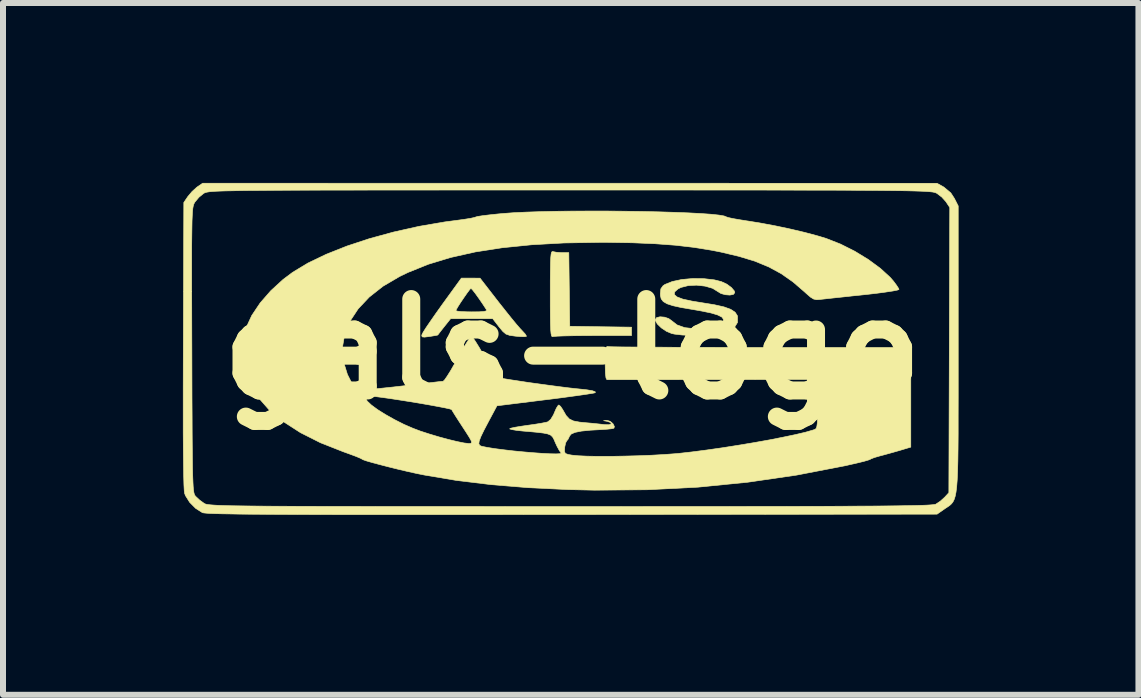
<source format=kicad_pcb>
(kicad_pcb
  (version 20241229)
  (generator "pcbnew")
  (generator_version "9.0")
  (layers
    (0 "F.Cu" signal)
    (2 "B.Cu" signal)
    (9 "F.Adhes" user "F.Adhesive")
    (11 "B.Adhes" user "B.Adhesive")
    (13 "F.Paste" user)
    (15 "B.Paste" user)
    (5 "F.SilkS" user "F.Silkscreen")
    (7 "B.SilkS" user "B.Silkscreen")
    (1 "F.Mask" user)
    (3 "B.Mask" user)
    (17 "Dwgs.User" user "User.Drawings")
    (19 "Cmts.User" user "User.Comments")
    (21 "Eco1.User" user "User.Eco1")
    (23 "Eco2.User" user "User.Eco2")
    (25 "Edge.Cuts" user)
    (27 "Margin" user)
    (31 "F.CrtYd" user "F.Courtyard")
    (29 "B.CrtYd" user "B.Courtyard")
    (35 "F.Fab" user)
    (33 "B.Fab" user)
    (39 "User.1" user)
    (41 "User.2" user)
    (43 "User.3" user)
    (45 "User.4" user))
  (footprint "gals-logo"
    (layer "F.Cu")
    (at 6.492 2.771)
    (property "Reference" "gals-logo" (at 0 0 0) (layer "F.SilkS") (effects (font (size 1.524 1.524) (thickness 0.3))))
    (attr through_hole)
    (fp_poly (pts (xy -0.322 -1.626) (xy -0.266 -1.615) (xy -0.183 -1.609) (xy -0.168 -1.609) (xy -0.058 -1.609) (xy -0.042 -0.381) (xy 0.473 -0.373) (xy 0.988 -0.366) (xy 0.988 -0.226) (xy 0.355 -0.226) (xy 0.17 -0.225) (xy 0.002 -0.223) (xy -0.14 -0.22) (xy -0.247 -0.216) (xy -0.31 -0.211) (xy -0.322 -0.209) (xy -0.336 -0.208) (xy -0.346 -0.222) (xy -0.354 -0.258) (xy -0.36 -0.32) (xy -0.364 -0.415) (xy -0.366 -0.55) (xy -0.367 -0.73) (xy -0.367 -0.917) (xy -0.367 -1.139) (xy -0.365 -1.311) (xy -0.363 -1.438) (xy -0.359 -1.527) (xy -0.353 -1.585) (xy -0.345 -1.616) (xy -0.334 -1.627) (xy -0.322 -1.626)) (stroke (width 0.01) (type solid)) (fill yes) (layer "F.SilkS"))
    (fp_poly (pts (xy -1.693 -1.184) (xy -1.538 -1.183) (xy -1.228 -0.783) (xy -1.121 -0.648) (xy -1.021 -0.523) (xy -0.934 -0.417) (xy -0.867 -0.34) (xy -0.834 -0.305) (xy -0.786 -0.253) (xy -0.765 -0.218) (xy -0.766 -0.212) (xy -0.8 -0.207) (xy -0.872 -0.209) (xy -0.948 -0.216) (xy -1.043 -0.229) (xy -1.106 -0.251) (xy -1.158 -0.295) (xy -1.221 -0.371) (xy -1.327 -0.508) (xy -2.028 -0.508) (xy -2.135 -0.374) (xy -2.191 -0.303) (xy -2.23 -0.252) (xy -2.243 -0.235) (xy -2.268 -0.229) (xy -2.333 -0.218) (xy -2.382 -0.21) (xy -2.464 -0.2) (xy -2.502 -0.204) (xy -2.51 -0.224) (xy -2.506 -0.243) (xy -2.486 -0.282) (xy -2.438 -0.358) (xy -2.366 -0.463) (xy -2.278 -0.59) (xy -2.24 -0.643) (xy -1.943 -0.643) (xy -1.921 -0.634) (xy -1.854 -0.626) (xy -1.754 -0.622) (xy -1.68 -0.621) (xy -1.552 -0.622) (xy -1.472 -0.628) (xy -1.434 -0.638) (xy -1.43 -0.655) (xy -1.431 -0.657) (xy -1.495 -0.755) (xy -1.561 -0.851) (xy -1.621 -0.934) (xy -1.667 -0.992) (xy -1.69 -1.014) (xy -1.69 -1.014) (xy -1.711 -0.992) (xy -1.753 -0.936) (xy -1.806 -0.86) (xy -1.861 -0.779) (xy -1.908 -0.705) (xy -1.938 -0.652) (xy -1.943 -0.643) (xy -2.24 -0.643) (xy -2.178 -0.73) (xy -2.171 -0.74) (xy -1.849 -1.184) (xy -1.693 -1.184)) (stroke (width 0.01) (type solid)) (fill yes) (layer "F.SilkS"))
    (fp_poly (pts (xy 2.193 -1.175) (xy 2.367 -1.155) (xy 2.484 -1.126) (xy 2.577 -1.083) (xy 2.654 -1.026) (xy 2.702 -0.969) (xy 2.709 -0.941) (xy 2.686 -0.912) (xy 2.627 -0.901) (xy 2.552 -0.907) (xy 2.479 -0.927) (xy 2.429 -0.958) (xy 2.339 -1.014) (xy 2.215 -1.05) (xy 2.073 -1.066) (xy 1.933 -1.059) (xy 1.811 -1.028) (xy 1.762 -1.003) (xy 1.707 -0.954) (xy 1.701 -0.91) (xy 1.747 -0.87) (xy 1.845 -0.833) (xy 1.998 -0.8) (xy 2.159 -0.774) (xy 2.369 -0.74) (xy 2.529 -0.704) (xy 2.642 -0.663) (xy 2.715 -0.615) (xy 2.752 -0.558) (xy 2.755 -0.547) (xy 2.755 -0.445) (xy 2.703 -0.36) (xy 2.598 -0.294) (xy 2.553 -0.276) (xy 2.455 -0.254) (xy 2.316 -0.239) (xy 2.156 -0.23) (xy 1.989 -0.229) (xy 1.834 -0.235) (xy 1.706 -0.25) (xy 1.658 -0.26) (xy 1.57 -0.297) (xy 1.485 -0.354) (xy 1.418 -0.419) (xy 1.384 -0.479) (xy 1.383 -0.491) (xy 1.406 -0.525) (xy 1.463 -0.539) (xy 1.537 -0.533) (xy 1.608 -0.509) (xy 1.654 -0.476) (xy 1.748 -0.403) (xy 1.876 -0.358) (xy 2.047 -0.339) (xy 2.097 -0.339) (xy 2.283 -0.349) (xy 2.416 -0.38) (xy 2.497 -0.431) (xy 2.513 -0.454) (xy 2.521 -0.497) (xy 2.493 -0.535) (xy 2.425 -0.569) (xy 2.312 -0.603) (xy 2.15 -0.636) (xy 2.008 -0.661) (xy 1.818 -0.693) (xy 1.678 -0.724) (xy 1.58 -0.756) (xy 1.517 -0.793) (xy 1.482 -0.839) (xy 1.469 -0.896) (xy 1.468 -0.926) (xy 1.477 -1.006) (xy 1.513 -1.056) (xy 1.545 -1.078) (xy 1.667 -1.127) (xy 1.826 -1.161) (xy 2.007 -1.177) (xy 2.193 -1.175)) (stroke (width 0.01) (type solid)) (fill yes) (layer "F.SilkS"))
    (fp_poly (pts (xy 6.082 -2.765) (xy 6.195 -2.702) (xy 6.311 -2.605) (xy 6.371 -2.513) (xy 6.435 -2.387) (xy 6.435 -0.023) (xy 6.435 0.412) (xy 6.435 0.795) (xy 6.434 1.128) (xy 6.434 1.415) (xy 6.432 1.661) (xy 6.429 1.868) (xy 6.424 2.04) (xy 6.418 2.182) (xy 6.409 2.296) (xy 6.398 2.386) (xy 6.384 2.455) (xy 6.367 2.508) (xy 6.347 2.548) (xy 6.323 2.579) (xy 6.296 2.604) (xy 6.264 2.627) (xy 6.227 2.651) (xy 6.212 2.661) (xy 6.082 2.752) (xy 0 2.758) (xy -0.709 2.758) (xy -1.363 2.759) (xy -1.964 2.759) (xy -2.516 2.759) (xy -3.019 2.759) (xy -3.476 2.759) (xy -3.889 2.759) (xy -4.259 2.758) (xy -4.59 2.757) (xy -4.882 2.756) (xy -5.139 2.754) (xy -5.361 2.753) (xy -5.551 2.751) (xy -5.712 2.748) (xy -5.845 2.746) (xy -5.952 2.743) (xy -6.035 2.74) (xy -6.097 2.736) (xy -6.138 2.732) (xy -6.163 2.728) (xy -6.168 2.726) (xy -6.28 2.655) (xy -6.38 2.554) (xy -6.45 2.442) (xy -6.464 2.404) (xy -6.47 2.358) (xy -6.475 2.265) (xy -6.479 2.123) (xy -6.482 1.931) (xy -6.485 1.689) (xy -6.487 1.395) (xy -6.487 1.048) (xy -6.487 0.648) (xy -6.486 0.192) (xy -6.485 -0.073) (xy -6.481 -1.255) (xy -6.346 -1.255) (xy -6.346 -0.963) (xy -6.345 -0.624) (xy -6.344 -0.234) (xy -6.343 0.018) (xy -6.342 0.439) (xy -6.341 0.807) (xy -6.339 1.126) (xy -6.338 1.4) (xy -6.336 1.632) (xy -6.334 1.825) (xy -6.332 1.984) (xy -6.329 2.112) (xy -6.325 2.213) (xy -6.321 2.29) (xy -6.316 2.347) (xy -6.31 2.388) (xy -6.303 2.416) (xy -6.295 2.436) (xy -6.285 2.449) (xy -6.279 2.456) (xy -6.214 2.517) (xy -6.138 2.572) (xy -6.127 2.578) (xy -6.113 2.584) (xy -6.092 2.589) (xy -6.064 2.593) (xy -6.025 2.597) (xy -5.973 2.601) (xy -5.907 2.605) (xy -5.823 2.608) (xy -5.72 2.611) (xy -5.596 2.613) (xy -5.447 2.615) (xy -5.273 2.617) (xy -5.07 2.619) (xy -4.836 2.62) (xy -4.569 2.621) (xy -4.267 2.622) (xy -3.928 2.623) (xy -3.549 2.623) (xy -3.128 2.624) (xy -2.663 2.624) (xy -2.151 2.624) (xy -1.59 2.624) (xy -0.979 2.625) (xy -0.314 2.625) (xy -0.034 2.625) (xy 0.665 2.625) (xy 1.309 2.624) (xy 1.901 2.624) (xy 2.443 2.624) (xy 2.937 2.623) (xy 3.385 2.623) (xy 3.789 2.622) (xy 4.152 2.621) (xy 4.476 2.62) (xy 4.762 2.618) (xy 5.013 2.617) (xy 5.232 2.615) (xy 5.419 2.613) (xy 5.577 2.61) (xy 5.709 2.608) (xy 5.817 2.605) (xy 5.902 2.602) (xy 5.967 2.598) (xy 6.013 2.594) (xy 6.044 2.59) (xy 6.061 2.586) (xy 6.062 2.585) (xy 6.136 2.536) (xy 6.208 2.471) (xy 6.209 2.47) (xy 6.279 2.394) (xy 6.294 -2.361) (xy 6.23 -2.458) (xy 6.161 -2.535) (xy 6.078 -2.598) (xy 6.067 -2.603) (xy 6.054 -2.609) (xy 6.035 -2.614) (xy 6.01 -2.619) (xy 5.975 -2.623) (xy 5.928 -2.627) (xy 5.867 -2.631) (xy 5.789 -2.634) (xy 5.693 -2.637) (xy 5.577 -2.64) (xy 5.437 -2.642) (xy 5.272 -2.644) (xy 5.079 -2.646) (xy 4.857 -2.647) (xy 4.602 -2.649) (xy 4.314 -2.65) (xy 3.988 -2.65) (xy 3.624 -2.651) (xy 3.218 -2.652) (xy 2.769 -2.652) (xy 2.274 -2.652) (xy 1.732 -2.653) (xy 1.139 -2.653) (xy 0.494 -2.653) (xy -0.042 -2.653) (xy -0.728 -2.653) (xy -1.359 -2.653) (xy -1.939 -2.653) (xy -2.469 -2.652) (xy -2.952 -2.652) (xy -3.389 -2.652) (xy -3.784 -2.651) (xy -4.138 -2.651) (xy -4.453 -2.65) (xy -4.733 -2.649) (xy -4.979 -2.648) (xy -5.193 -2.646) (xy -5.379 -2.645) (xy -5.537 -2.643) (xy -5.67 -2.64) (xy -5.781 -2.638) (xy -5.872 -2.635) (xy -5.945 -2.632) (xy -6.003 -2.628) (xy -6.047 -2.624) (xy -6.08 -2.619) (xy -6.104 -2.614) (xy -6.121 -2.609) (xy -6.134 -2.603) (xy -6.146 -2.597) (xy -6.146 -2.597) (xy -6.225 -2.532) (xy -6.292 -2.452) (xy -6.294 -2.449) (xy -6.304 -2.431) (xy -6.313 -2.411) (xy -6.32 -2.385) (xy -6.327 -2.348) (xy -6.332 -2.298) (xy -6.336 -2.231) (xy -6.34 -2.143) (xy -6.342 -2.029) (xy -6.344 -1.888) (xy -6.346 -1.714) (xy -6.346 -1.504) (xy -6.346 -1.255) (xy -6.481 -1.255) (xy -6.477 -2.445) (xy -6.409 -2.545) (xy -6.341 -2.626) (xy -6.264 -2.696) (xy -6.252 -2.705) (xy -6.163 -2.766) (xy 6.082 -2.765)) (stroke (width 0.01) (type solid)) (fill yes) (layer "F.SilkS"))
    (fp_poly (pts (xy 0.58 -2.302) (xy 0.873 -2.299) (xy 1.16 -2.295) (xy 1.435 -2.289) (xy 1.694 -2.281) (xy 1.929 -2.272) (xy 2.137 -2.261) (xy 2.31 -2.249) (xy 2.443 -2.235) (xy 2.532 -2.22) (xy 2.568 -2.205) (xy 2.6 -2.194) (xy 2.677 -2.177) (xy 2.786 -2.158) (xy 2.918 -2.137) (xy 2.921 -2.137) (xy 3.148 -2.1) (xy 3.393 -2.054) (xy 3.642 -2.001) (xy 3.879 -1.945) (xy 4.088 -1.889) (xy 4.231 -1.846) (xy 4.471 -1.752) (xy 4.71 -1.632) (xy 4.936 -1.494) (xy 5.136 -1.347) (xy 5.299 -1.198) (xy 5.355 -1.134) (xy 5.407 -1.064) (xy 5.441 -1.011) (xy 5.447 -0.994) (xy 5.42 -0.984) (xy 5.345 -0.969) (xy 5.231 -0.952) (xy 5.084 -0.932) (xy 4.914 -0.912) (xy 4.847 -0.905) (xy 4.662 -0.886) (xy 4.488 -0.867) (xy 4.338 -0.851) (xy 4.22 -0.838) (xy 4.145 -0.83) (xy 4.135 -0.828) (xy 4.073 -0.824) (xy 4.023 -0.835) (xy 3.97 -0.868) (xy 3.898 -0.931) (xy 3.866 -0.96) (xy 3.679 -1.121) (xy 3.485 -1.257) (xy 3.277 -1.37) (xy 3.045 -1.466) (xy 2.778 -1.547) (xy 2.469 -1.62) (xy 2.321 -1.649) (xy 2.032 -1.696) (xy 1.722 -1.732) (xy 1.383 -1.757) (xy 1.007 -1.773) (xy 0.585 -1.78) (xy 0.452 -1.78) (xy -0.138 -1.77) (xy -0.677 -1.74) (xy -1.17 -1.69) (xy -1.619 -1.62) (xy -2.028 -1.528) (xy -2.4 -1.415) (xy -2.738 -1.279) (xy -2.879 -1.211) (xy -3.155 -1.049) (xy -3.385 -0.868) (xy -3.57 -0.672) (xy -3.707 -0.464) (xy -3.795 -0.247) (xy -3.833 -0.025) (xy -3.818 0.2) (xy -3.749 0.423) (xy -3.684 0.551) (xy -3.637 0.625) (xy -3.597 0.663) (xy -3.541 0.676) (xy -3.477 0.677) (xy -3.408 0.673) (xy -3.295 0.664) (xy -3.147 0.649) (xy -2.976 0.631) (xy -2.793 0.61) (xy -2.766 0.606) (xy -2.59 0.585) (xy -2.432 0.567) (xy -2.302 0.552) (xy -2.207 0.541) (xy -2.158 0.537) (xy -2.153 0.536) (xy -2.129 0.513) (xy -2.084 0.448) (xy -2.023 0.35) (xy -1.953 0.227) (xy -1.913 0.156) (xy -1.841 0.025) (xy -1.775 -0.085) (xy -1.723 -0.167) (xy -1.688 -0.211) (xy -1.679 -0.216) (xy -1.656 -0.19) (xy -1.611 -0.123) (xy -1.551 -0.026) (xy -1.482 0.093) (xy -1.466 0.122) (xy -1.396 0.244) (xy -1.335 0.349) (xy -1.29 0.426) (xy -1.265 0.465) (xy -1.263 0.468) (xy -1.231 0.477) (xy -1.152 0.491) (xy -1.036 0.51) (xy -0.891 0.532) (xy -0.727 0.557) (xy -0.552 0.581) (xy -0.376 0.605) (xy -0.209 0.627) (xy -0.058 0.646) (xy 0.066 0.66) (xy 0.099 0.663) (xy 0.246 0.679) (xy 0.339 0.695) (xy 0.383 0.712) (xy 0.383 0.727) (xy 0.352 0.734) (xy 0.272 0.747) (xy 0.151 0.765) (xy -0.006 0.787) (xy -0.189 0.812) (xy -0.393 0.838) (xy -0.444 0.844) (xy -1.256 0.945) (xy -1.392 1.199) (xy -1.471 1.349) (xy -1.524 1.458) (xy -1.552 1.532) (xy -1.558 1.579) (xy -1.543 1.606) (xy -1.512 1.62) (xy -1.418 1.639) (xy -1.293 1.659) (xy -1.146 1.678) (xy -0.985 1.697) (xy -0.819 1.713) (xy -0.656 1.727) (xy -0.505 1.738) (xy -0.374 1.745) (xy -0.271 1.747) (xy -0.205 1.744) (xy -0.184 1.734) (xy -0.187 1.731) (xy -0.215 1.693) (xy -0.254 1.621) (xy -0.281 1.563) (xy -0.305 1.506) (xy -0.328 1.465) (xy -0.359 1.435) (xy -0.407 1.415) (xy -0.48 1.4) (xy -0.588 1.387) (xy -0.739 1.373) (xy -0.826 1.366) (xy -0.928 1.355) (xy -1.005 1.342) (xy -1.043 1.331) (xy -1.044 1.328) (xy -1.018 1.317) (xy -0.948 1.302) (xy -0.844 1.285) (xy -0.755 1.272) (xy -0.627 1.254) (xy -0.516 1.236) (xy -0.435 1.22) (xy -0.407 1.212) (xy -0.359 1.171) (xy -0.312 1.093) (xy -0.299 1.061) (xy -0.266 0.986) (xy -0.236 0.939) (xy -0.224 0.931) (xy -0.196 0.954) (xy -0.159 1.009) (xy -0.153 1.02) (xy -0.102 1.108) (xy -0.049 1.165) (xy 0.02 1.198) (xy 0.121 1.217) (xy 0.212 1.226) (xy 0.335 1.237) (xy 0.451 1.249) (xy 0.536 1.259) (xy 0.543 1.26) (xy 0.613 1.261) (xy 0.648 1.247) (xy 0.642 1.225) (xy 0.586 1.205) (xy 0.586 1.205) (xy 0.522 1.193) (xy 0.585 1.189) (xy 0.634 1.205) (xy 0.679 1.244) (xy 0.702 1.29) (xy 0.695 1.318) (xy 0.661 1.327) (xy 0.587 1.335) (xy 0.502 1.341) (xy 0.301 1.352) (xy 0.152 1.367) (xy 0.047 1.388) (xy -0.016 1.415) (xy -0.045 1.449) (xy -0.045 1.45) (xy -0.072 1.506) (xy -0.091 1.527) (xy -0.111 1.564) (xy -0.126 1.633) (xy -0.127 1.646) (xy -0.13 1.707) (xy -0.115 1.74) (xy -0.068 1.757) (xy -0.005 1.768) (xy 0.097 1.778) (xy 0.246 1.785) (xy 0.43 1.788) (xy 0.641 1.788) (xy 0.867 1.784) (xy 1.099 1.778) (xy 1.327 1.769) (xy 1.54 1.757) (xy 1.729 1.743) (xy 1.774 1.739) (xy 1.997 1.714) (xy 2.243 1.682) (xy 2.503 1.645) (xy 2.768 1.603) (xy 3.032 1.559) (xy 3.284 1.514) (xy 3.517 1.468) (xy 3.722 1.425) (xy 3.891 1.385) (xy 4.015 1.349) (xy 4.048 1.337) (xy 4.066 1.323) (xy 4.078 1.289) (xy 4.086 1.229) (xy 4.09 1.132) (xy 4.092 0.991) (xy 4.092 0.913) (xy 4.092 0.506) (xy 2.349 0.508) (xy 2.041 0.508) (xy 1.748 0.509) (xy 1.477 0.509) (xy 1.233 0.509) (xy 1.02 0.509) (xy 0.842 0.509) (xy 0.707 0.509) (xy 0.617 0.509) (xy 0.578 0.509) (xy 0.577 0.509) (xy 0.562 0.481) (xy 0.552 0.401) (xy 0.549 0.272) (xy 0.549 0.226) (xy 0.551 0.094) (xy 0.557 0.01) (xy 0.567 -0.033) (xy 0.584 -0.044) (xy 0.588 -0.043) (xy 0.621 -0.04) (xy 0.707 -0.038) (xy 0.841 -0.036) (xy 1.019 -0.035) (xy 1.237 -0.033) (xy 1.491 -0.032) (xy 1.777 -0.03) (xy 2.091 -0.03) (xy 2.428 -0.029) (xy 2.786 -0.028) (xy 3.135 -0.028) (xy 5.644 -0.028) (xy 5.644 1.634) (xy 5.454 1.691) (xy 5.331 1.726) (xy 5.205 1.761) (xy 5.122 1.783) (xy 5.039 1.807) (xy 4.982 1.829) (xy 4.967 1.838) (xy 4.936 1.85) (xy 4.86 1.872) (xy 4.749 1.899) (xy 4.613 1.93) (xy 4.558 1.943) (xy 3.739 2.101) (xy 2.921 2.22) (xy 2.094 2.302) (xy 1.247 2.345) (xy 0.371 2.352) (xy -0.071 2.342) (xy -0.726 2.311) (xy -1.35 2.26) (xy -1.934 2.189) (xy -2.469 2.099) (xy -2.598 2.073) (xy -2.746 2.04) (xy -2.904 2.003) (xy -3.061 1.964) (xy -3.208 1.926) (xy -3.335 1.892) (xy -3.432 1.864) (xy -3.489 1.844) (xy -3.499 1.838) (xy -3.53 1.821) (xy -3.603 1.79) (xy -3.708 1.751) (xy -3.824 1.709) (xy -4.199 1.561) (xy -4.532 1.393) (xy -4.819 1.208) (xy -5.06 1.007) (xy -5.224 0.82) (xy -3.443 0.82) (xy -3.419 0.867) (xy -3.35 0.932) (xy -3.247 1.008) (xy -3.116 1.09) (xy -2.967 1.174) (xy -2.807 1.255) (xy -2.657 1.32) (xy -2.533 1.367) (xy -2.385 1.415) (xy -2.225 1.463) (xy -2.067 1.506) (xy -1.922 1.541) (xy -1.804 1.565) (xy -1.725 1.574) (xy -1.72 1.574) (xy -1.691 1.571) (xy -1.677 1.559) (xy -1.684 1.531) (xy -1.713 1.477) (xy -1.768 1.39) (xy -1.826 1.301) (xy -1.897 1.192) (xy -1.956 1.1) (xy -1.996 1.035) (xy -2.011 1.009) (xy -2.039 0.998) (xy -2.115 0.981) (xy -2.228 0.959) (xy -2.369 0.933) (xy -2.529 0.905) (xy -2.699 0.877) (xy -2.869 0.85) (xy -3.031 0.825) (xy -3.175 0.805) (xy -3.291 0.79) (xy -3.372 0.782) (xy -3.406 0.782) (xy -3.44 0.809) (xy -3.443 0.82) (xy -5.224 0.82) (xy -5.25 0.791) (xy -5.388 0.564) (xy -5.422 0.485) (xy -5.465 0.329) (xy -5.487 0.142) (xy -5.488 -0.055) (xy -5.468 -0.238) (xy -5.438 -0.358) (xy -5.344 -0.561) (xy -5.204 -0.77) (xy -5.027 -0.973) (xy -4.822 -1.161) (xy -4.662 -1.281) (xy -4.407 -1.435) (xy -4.103 -1.581) (xy -3.758 -1.718) (xy -3.379 -1.843) (xy -2.976 -1.953) (xy -2.555 -2.047) (xy -2.124 -2.121) (xy -1.918 -2.148) (xy -1.795 -2.165) (xy -1.694 -2.181) (xy -1.628 -2.196) (xy -1.609 -2.203) (xy -1.577 -2.212) (xy -1.499 -2.224) (xy -1.385 -2.238) (xy -1.244 -2.253) (xy -1.157 -2.261) (xy -0.982 -2.274) (xy -0.773 -2.284) (xy -0.536 -2.292) (xy -0.277 -2.298) (xy -0.00028 -2.301) (xy 0.287 -2.302) (xy 0.58 -2.302)) (stroke (width 0.01) (type solid)) (fill yes) (layer "F.SilkS")))
  (gr_rect
    (start -3 -3)
    (end 15.932 8.535)
    (stroke (width 0.1) (type default))
    (fill no)
    (layer "Edge.Cuts")))
</source>
